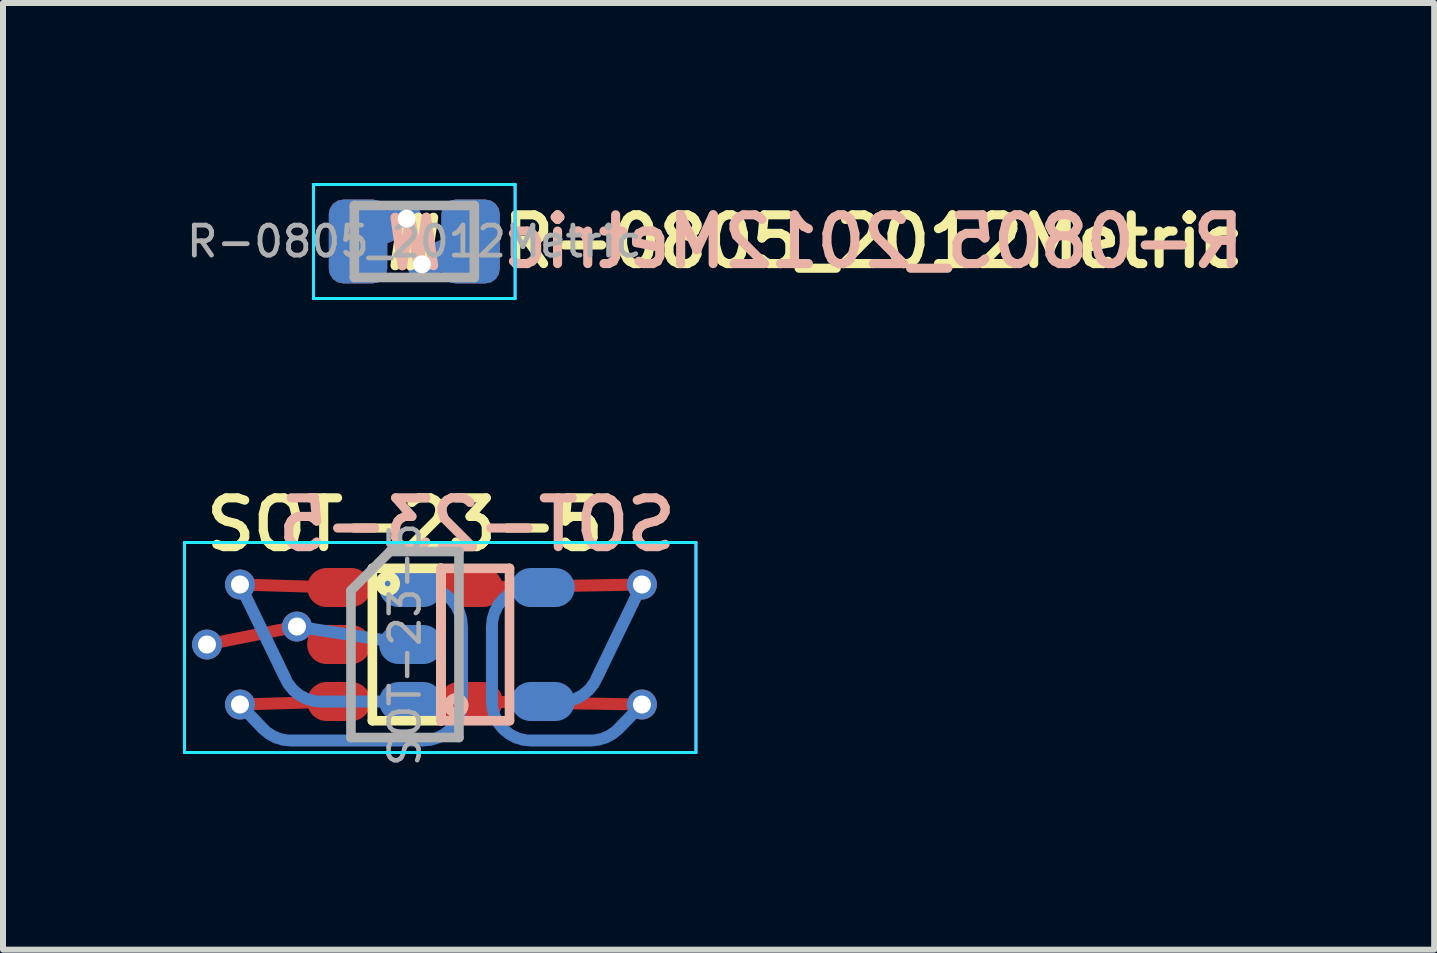
<source format=kicad_pcb>
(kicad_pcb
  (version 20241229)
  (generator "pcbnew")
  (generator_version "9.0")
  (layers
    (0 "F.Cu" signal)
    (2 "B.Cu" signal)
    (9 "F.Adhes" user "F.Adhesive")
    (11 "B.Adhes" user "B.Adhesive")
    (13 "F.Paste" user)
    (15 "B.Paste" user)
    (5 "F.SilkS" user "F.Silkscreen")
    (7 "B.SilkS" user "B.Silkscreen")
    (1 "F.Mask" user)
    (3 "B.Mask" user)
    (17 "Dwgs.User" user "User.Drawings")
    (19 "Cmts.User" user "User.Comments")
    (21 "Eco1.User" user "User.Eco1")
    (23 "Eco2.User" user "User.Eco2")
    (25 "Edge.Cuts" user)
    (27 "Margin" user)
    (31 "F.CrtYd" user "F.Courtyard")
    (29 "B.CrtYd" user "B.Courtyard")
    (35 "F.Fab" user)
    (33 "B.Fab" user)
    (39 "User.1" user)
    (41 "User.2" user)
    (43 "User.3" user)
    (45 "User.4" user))
  (footprint "SOT-23-5"
    (layer "F.Cu")
    (at 4.3 7.693)
    (property "Reference" "SOT-23-5" (at -0.6 -2 0) (layer "F.SilkS") (effects (font (size 0.813 0.813) (thickness 0.152))))
    (attr smd)
    (fp_line (start -1.143 -1.27) (end 0 -1.27) (stroke (width 0.16) (type solid)) (layer "F.SilkS"))
    (fp_line (start -1.143 1.27) (end -1.143 -1.27) (stroke (width 0.16) (type solid)) (layer "F.SilkS"))
    (fp_line (start 0 -1.27) (end 0 1.27) (stroke (width 0.16) (type solid)) (layer "F.SilkS"))
    (fp_line (start 0 1.27) (end -1.143 1.27) (stroke (width 0.16) (type solid)) (layer "F.SilkS"))
    (fp_circle (center -0.889 -1.016) (end -0.889 -0.889) (stroke (width 0.16) (type solid)) (fill no) (layer "F.SilkS"))
    (fp_line (start 0 -1.27) (end 1.143 -1.27) (stroke (width 0.16) (type solid)) (layer "B.SilkS"))
    (fp_line (start 0 1.27) (end 0 -1.27) (stroke (width 0.16) (type solid)) (layer "B.SilkS"))
    (fp_line (start 1.143 -1.27) (end 1.143 1.27) (stroke (width 0.16) (type solid)) (layer "B.SilkS"))
    (fp_line (start 1.143 1.27) (end 0 1.27) (stroke (width 0.16) (type solid)) (layer "B.SilkS"))
    (fp_circle (center 0.254 1.016) (end 0.254 1.143) (stroke (width 0.16) (type solid)) (fill no) (layer "B.SilkS"))
    (fp_line (start -4.275 -1.7) (end -4.275 1.8) (stroke (width 0.05) (type solid)) (layer "B.CrtYd"))
    (fp_line (start -4.275 1.8) (end 4.25 1.8) (stroke (width 0.05) (type solid)) (layer "B.CrtYd"))
    (fp_line (start 4.25 -1.7) (end -4.275 -1.7) (stroke (width 0.05) (type solid)) (layer "B.CrtYd"))
    (fp_line (start 4.25 -1.7) (end 4.25 1.8) (stroke (width 0.05) (type solid)) (layer "B.CrtYd"))
    (fp_line (start -4.275 -1.7) (end -4.275 1.8) (stroke (width 0.05) (type solid)) (layer "F.CrtYd"))
    (fp_line (start -4.275 1.8) (end 4.25 1.8) (stroke (width 0.05) (type solid)) (layer "F.CrtYd"))
    (fp_line (start 4.25 -1.7) (end -4.275 -1.7) (stroke (width 0.05) (type solid)) (layer "F.CrtYd"))
    (fp_line (start 4.25 -1.7) (end 4.25 1.8) (stroke (width 0.05) (type solid)) (layer "F.CrtYd"))
    (fp_line (start -1.5 -0.9) (end -1.5 1.55) (stroke (width 0.16) (type solid)) (layer "F.Fab"))
    (fp_line (start -1.5 -0.9) (end -0.85 -1.55) (stroke (width 0.16) (type solid)) (layer "F.Fab"))
    (fp_line (start 0.3 -1.55) (end -0.85 -1.55) (stroke (width 0.16) (type solid)) (layer "F.Fab"))
    (fp_line (start 0.3 -1.55) (end 0.3 1.55) (stroke (width 0.16) (type solid)) (layer "F.Fab"))
    (fp_line (start 0.3 1.55) (end -1.5 1.55) (stroke (width 0.16) (type solid)) (layer "F.Fab"))
    (fp_text user "${REFERENCE}" (at 0.6 -2 0) (layer "B.SilkS") (effects (font (size 0.813 0.813) (thickness 0.152)) (justify mirror)))
    (fp_text user "${REFERENCE}" (at -0.6 0 90) (layer "F.Fab") (effects (font (size 0.5 0.5) (thickness 0.075))))
    (pad "1" thru_hole circle (at -3.35 -1) (size 0.5 0.5) (drill 0.3) (layers "*.Cu"))
    (pad "1" smd custom (at -1.7 -0.95) (size 0.65 0.65) (layers "F.Cu") (options (anchor circle)) (primitives (gr_line (start -1.65 -0.05) (end 0 0) (width 0.2))))
    (pad "1" smd oval (at -1.7 -0.95) (size 1.06 0.65) (layers "F.Cu" "F.Mask" "F.Paste"))
    (pad "1" smd custom (at -0.5 0.95) (size 0.65 0.65) (layers "B.Cu") (options (anchor circle)) (primitives (gr_line (start -2.1 -0.4) (end -2.85 -1.95) (width 0.2)) (gr_line (start 0 0) (end -1.5 0) (width 0.2)) (gr_arc (start -1.5 0) (mid -1.860177 -0.108915) (end -2.09965 -0.399161) (width 0.2))))
    (pad "1" smd oval (at -0.5 0.95) (size 1.06 0.65) (layers "B.Cu" "B.Mask" "B.Paste"))
    (pad "2" thru_hole circle (at -3.9 0) (size 0.5 0.5) (drill 0.3) (layers "*.Cu"))
    (pad "2" thru_hole circle (at -2.4 -0.3) (size 0.5 0.5) (drill 0.3) (layers "*.Cu"))
    (pad "2" smd custom (at -1.7 0) (size 0.65 0.65) (layers "F.Cu") (options (anchor circle)) (primitives (gr_line (start -2.2 0) (end -0.7 -0.3) (width 0.2)) (gr_line (start 0 0) (end -0.7 -0.3) (width 0.2))))
    (pad "2" smd oval (at -1.7 0) (size 1.06 0.65) (layers "F.Cu" "F.Mask" "F.Paste"))
    (pad "2" smd custom (at -0.5 0) (size 0.65 0.65) (layers "B.Cu") (options (anchor circle)) (primitives (gr_line (start -1.9 -0.3) (end 0 0) (width 0.2))))
    (pad "2" smd oval (at -0.5 0) (size 1.06 0.65) (layers "B.Cu" "B.Mask" "B.Paste"))
    (pad "3" thru_hole circle (at -3.35 1) (size 0.5 0.5) (drill 0.3) (layers "*.Cu"))
    (pad "3" smd custom (at -1.7 0.95) (size 0.65 0.65) (layers "F.Cu") (options (anchor circle)) (primitives (gr_line (start -1.65 0.05) (end 0 0) (width 0.2))))
    (pad "3" smd oval (at -1.7 0.95) (size 1.06 0.65) (layers "F.Cu" "F.Mask" "F.Paste"))
    (pad "3" smd custom (at -0.5 -0.95) (size 0.65 0.65) (layers "B.Cu") (options (anchor circle)) (primitives (gr_line (start 0.85 1.9) (end 0.85 0.65) (width 0.2)) (gr_line (start -2 2.55) (end 0.2 2.55) (width 0.2)) (gr_line (start -2.46 2.36) (end -2.85 1.95) (width 0.2)) (gr_arc (start -2 2.55) (mid -2.248744 2.500522) (end -2.459619 2.359619) (width 0.2)) (gr_arc (start 0.2 0) (mid 0.659619 0.190381) (end 0.85 0.65) (width 0.2)) (gr_arc (start 0.85 1.9) (mid 0.659619 2.359619) (end 0.2 2.55) (width 0.2))))
    (pad "3" smd oval (at -0.5 -0.95) (size 1.06 0.65) (layers "B.Cu" "B.Mask" "B.Paste"))
    (pad "4" smd custom (at 0.5 0.95) (size 0.65 0.65) (layers "F.Cu") (options (anchor circle)) (primitives (gr_line (start 2.85 0.05) (end 0 0) (width 0.2))))
    (pad "4" smd oval (at 0.5 0.95) (size 1.06 0.65) (layers "F.Cu" "F.Mask" "F.Paste"))
    (pad "4" smd custom (at 1.7 -0.95) (size 0.65 0.65) (layers "B.Cu") (options (anchor circle)) (primitives (gr_line (start -0.85 1.9) (end -0.85 0.65) (width 0.2)) (gr_line (start 0.8 2.55) (end -0.2 2.55) (width 0.2)) (gr_line (start 1.65 1.95) (end 1.257 2.357) (width 0.2)) (gr_arc (start -0.85 0.65) (mid -0.659619 0.190381) (end -0.2 0) (width 0.2)) (gr_arc (start 1.256326 2.357377) (mid 1.046928 2.498142) (end 0.8 2.55) (width 0.2)) (gr_arc (start -0.2 2.55) (mid -0.659619 2.359619) (end -0.85 1.9) (width 0.2))))
    (pad "4" smd oval (at 1.7 -0.95) (size 1.06 0.65) (layers "B.Cu" "B.Mask" "B.Paste"))
    (pad "4" thru_hole circle (at 3.35 1) (size 0.5 0.5) (drill 0.3) (layers "*.Cu"))
    (pad "5" smd custom (at 0.5 -0.95) (size 0.65 0.65) (layers "F.Cu") (options (anchor circle)) (primitives (gr_line (start 2.85 -0.05) (end 0 0) (width 0.2))))
    (pad "5" smd oval (at 0.5 -0.95) (size 1.06 0.65) (layers "F.Cu" "F.Mask" "F.Paste"))
    (pad "5" smd custom (at 1.7 0.95) (size 0.65 0.65) (layers "B.Cu") (options (anchor circle)) (primitives (gr_line (start 0.9 -0.4) (end 1.65 -1.95) (width 0.2)) (gr_arc (start 0.89965 -0.399161) (mid 0.660177 -0.108915) (end 0.3 0) (width 0.2))))
    (pad "5" smd oval (at 1.7 0.95) (size 1.06 0.65) (layers "B.Cu" "B.Mask" "B.Paste"))
    (pad "5" thru_hole circle (at 3.35 -1) (size 0.5 0.5) (drill 0.3) (layers "*.Cu")))
  (footprint "R-0805_2012Metric"
    (layer "F.Cu")
    (at 3.856 0.975)
    (property "Reference" "R-0805_2012Metric" (at 1.397 0 0) (layer "F.SilkS") (effects (font (size 0.813 0.813) (thickness 0.152)) (justify left)))
    (attr smd)
    (fp_line (start -0.318 0.4) (end -0.2 -0.4) (stroke (width 0.16) (type solid)) (layer "F.SilkS"))
    (fp_line (start -0.2 -0.4) (end -0.064 0.4) (stroke (width 0.16) (type solid)) (layer "F.SilkS"))
    (fp_line (start -0.064 0.4) (end 0.064 -0.4) (stroke (width 0.16) (type solid)) (layer "F.SilkS"))
    (fp_line (start 0.064 -0.4) (end 0.2 0.4) (stroke (width 0.16) (type solid)) (layer "F.SilkS"))
    (fp_line (start 0.2 0.4) (end 0.318 -0.4) (stroke (width 0.16) (type solid)) (layer "F.SilkS"))
    (fp_line (start -0.318 -0.4) (end -0.2 0.4) (stroke (width 0.16) (type solid)) (layer "B.SilkS"))
    (fp_line (start -0.2 0.4) (end -0.064 -0.4) (stroke (width 0.16) (type solid)) (layer "B.SilkS"))
    (fp_line (start -0.064 -0.4) (end 0.064 0.4) (stroke (width 0.16) (type solid)) (layer "B.SilkS"))
    (fp_line (start 0.064 0.4) (end 0.2 -0.4) (stroke (width 0.16) (type solid)) (layer "B.SilkS"))
    (fp_line (start 0.2 -0.4) (end 0.318 0.4) (stroke (width 0.16) (type solid)) (layer "B.SilkS"))
    (fp_line (start -1.68 -0.95) (end 1.68 -0.95) (stroke (width 0.05) (type solid)) (layer "B.CrtYd"))
    (fp_line (start -1.68 0.95) (end -1.68 -0.95) (stroke (width 0.05) (type solid)) (layer "B.CrtYd"))
    (fp_line (start 1.68 -0.95) (end 1.68 0.95) (stroke (width 0.05) (type solid)) (layer "B.CrtYd"))
    (fp_line (start 1.68 0.95) (end -1.68 0.95) (stroke (width 0.05) (type solid)) (layer "B.CrtYd"))
    (fp_line (start -1.68 -0.95) (end 1.68 -0.95) (stroke (width 0.05) (type solid)) (layer "F.CrtYd"))
    (fp_line (start -1.68 0.95) (end -1.68 -0.95) (stroke (width 0.05) (type solid)) (layer "F.CrtYd"))
    (fp_line (start 1.68 -0.95) (end 1.68 0.95) (stroke (width 0.05) (type solid)) (layer "F.CrtYd"))
    (fp_line (start 1.68 0.95) (end -1.68 0.95) (stroke (width 0.05) (type solid)) (layer "F.CrtYd"))
    (fp_line (start -1 -0.6) (end 1 -0.6) (stroke (width 0.16) (type solid)) (layer "F.Fab"))
    (fp_line (start -1 0.6) (end -1 -0.6) (stroke (width 0.16) (type solid)) (layer "F.Fab"))
    (fp_line (start 1 -0.6) (end 1 0.6) (stroke (width 0.16) (type solid)) (layer "F.Fab"))
    (fp_line (start 1 0.6) (end -1 0.6) (stroke (width 0.16) (type solid)) (layer "F.Fab"))
    (fp_text user "${REFERENCE}" (at 1.397 0 0) (layer "B.SilkS") (effects (font (size 0.813 0.813) (thickness 0.152)) (justify right mirror)))
    (fp_text user "${REFERENCE}" (at 0 0 0) (layer "F.Fab") (effects (font (size 0.5 0.5) (thickness 0.08))))
    (pad "1" smd custom (at -0.938 0) (size 0.01 0.01) (layers "F.Cu") (options (anchor circle)) (primitives (gr_line (start 0.81 -0.381) (end -0.079 0) (width 0.5))))
    (pad "1" smd custom (at -0.938 0) (size 0.01 0.01) (layers "B.Cu") (options (anchor circle)) (primitives (gr_line (start 0.81 -0.381) (end -0.079 0) (width 0.5))))
    (pad "1" smd roundrect (at -0.938 0) (size 0.975 1.4) (layers "F.Cu" "F.Mask" "F.Paste") (roundrect_rratio 0.25))
    (pad "1" smd roundrect (at -0.938 0) (size 0.975 1.4) (layers "B.Cu" "B.Mask" "B.Paste") (roundrect_rratio 0.25))
    (pad "1" thru_hole circle (at -0.127 -0.381) (size 0.5 0.5) (drill 0.3) (layers "*.Cu"))
    (pad "2" thru_hole circle (at 0.127 0.381) (size 0.5 0.5) (drill 0.3) (layers "*.Cu"))
    (pad "2" smd custom (at 0.938 0) (size 0.01 0.01) (layers "F.Cu") (options (anchor circle)) (primitives (gr_line (start -0.81 0.381) (end 0.079 0) (width 0.5))))
    (pad "2" smd custom (at 0.938 0) (size 0.01 0.01) (layers "B.Cu") (options (anchor circle)) (primitives (gr_line (start -0.81 0.381) (end 0.079 0) (width 0.5))))
    (pad "2" smd roundrect (at 0.938 0) (size 0.975 1.4) (layers "F.Cu" "F.Mask" "F.Paste") (roundrect_rratio 0.25))
    (pad "2" smd roundrect (at 0.938 0) (size 0.975 1.4) (layers "B.Cu" "B.Mask" "B.Paste") (roundrect_rratio 0.25)))
  (gr_rect
    (start -3 -3)
    (end 20.855 12.779)
    (stroke (width 0.1) (type default))
    (fill no)
    (layer "Edge.Cuts")))
</source>
